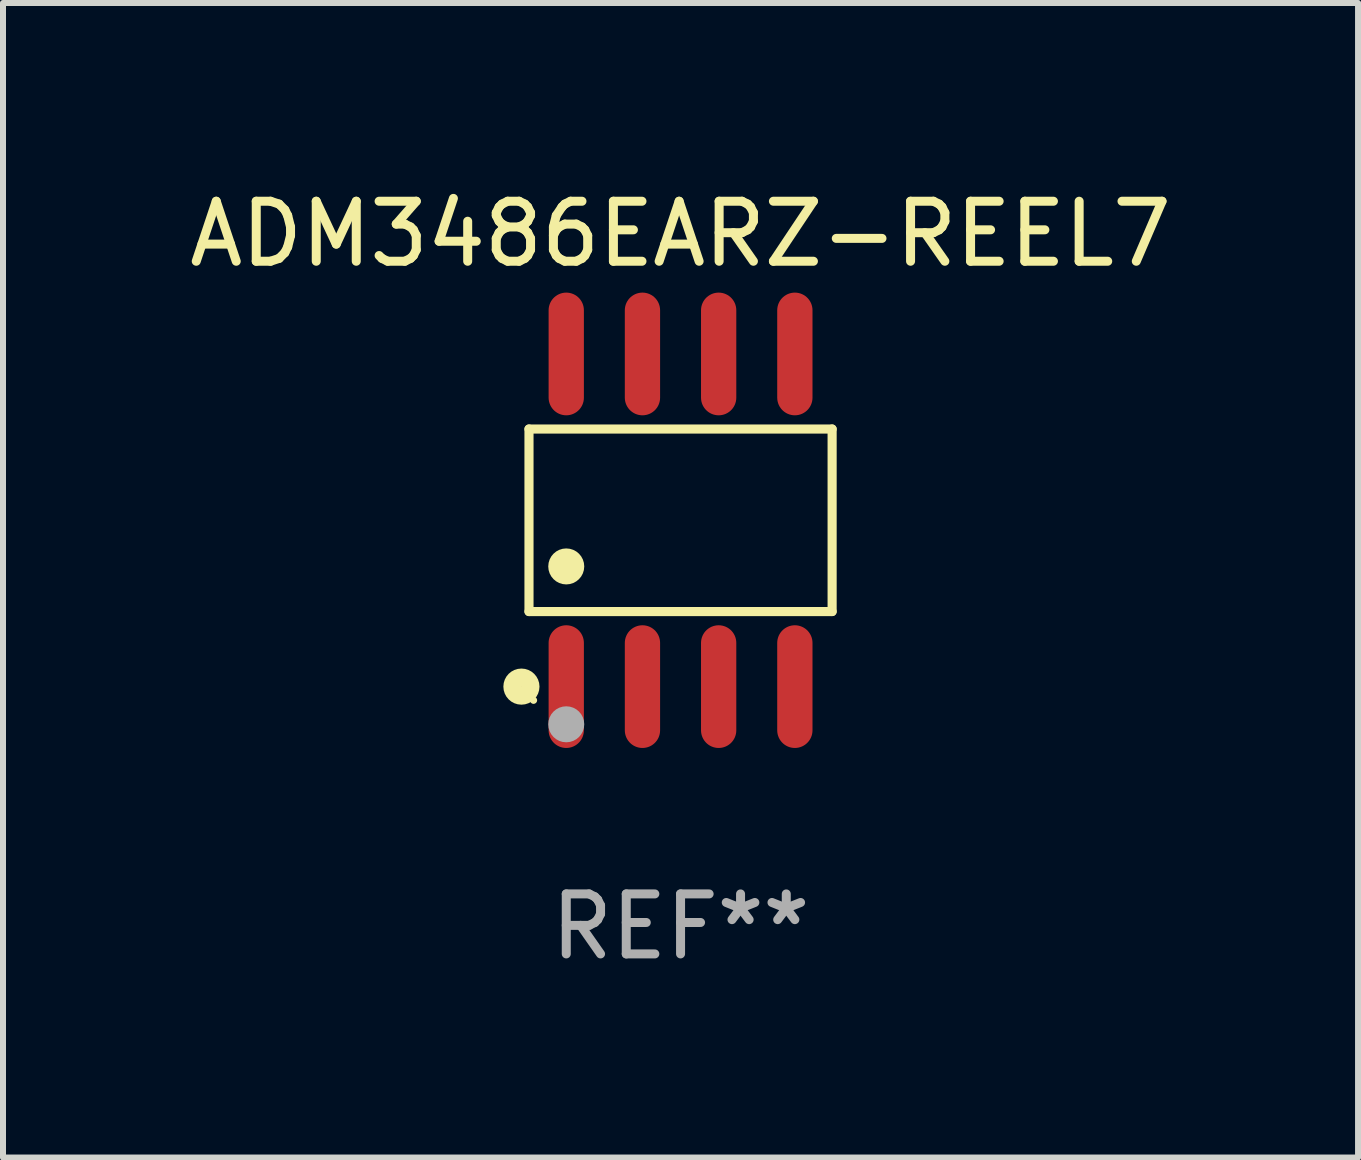
<source format=kicad_pcb>
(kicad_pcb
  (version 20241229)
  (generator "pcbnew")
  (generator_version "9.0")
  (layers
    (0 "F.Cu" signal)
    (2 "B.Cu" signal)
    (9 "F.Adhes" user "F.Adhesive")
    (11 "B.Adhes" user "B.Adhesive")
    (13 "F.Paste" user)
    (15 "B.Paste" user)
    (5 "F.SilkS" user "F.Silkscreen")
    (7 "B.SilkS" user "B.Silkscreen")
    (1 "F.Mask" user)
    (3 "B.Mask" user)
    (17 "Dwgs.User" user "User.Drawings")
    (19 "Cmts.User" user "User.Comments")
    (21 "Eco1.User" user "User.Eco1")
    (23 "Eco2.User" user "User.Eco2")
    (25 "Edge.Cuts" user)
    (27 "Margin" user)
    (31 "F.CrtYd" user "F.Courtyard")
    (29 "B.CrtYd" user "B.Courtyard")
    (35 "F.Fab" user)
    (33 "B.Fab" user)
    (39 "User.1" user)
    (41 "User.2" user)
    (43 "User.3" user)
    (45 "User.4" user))
  (footprint "ADM3486EARZ-REEL7"
    (layer "F.Cu")
    (at 8.292 5.621)
    (property "Reference" "ADM3486EARZ-REEL7" (at 0 -4.772 0) (layer "F.SilkS") (effects (font (size 1 1) (thickness 0.15))))
    (attr through_hole)
    (fp_line (start -2.526 -1.521) (end 2.526 -1.521) (stroke (width 0.152) (type solid)) (layer "F.SilkS"))
    (fp_line (start -2.526 1.521) (end -2.526 -1.521) (stroke (width 0.152) (type solid)) (layer "F.SilkS"))
    (fp_line (start 2.526 -1.521) (end 2.526 1.521) (stroke (width 0.152) (type solid)) (layer "F.SilkS"))
    (fp_line (start 2.526 1.521) (end -2.526 1.521) (stroke (width 0.152) (type solid)) (layer "F.SilkS"))
    (fp_circle (center -2.652 2.772) (end -2.501 2.772) (stroke (width 0.3) (type solid)) (fill no) (layer "F.SilkS"))
    (fp_circle (center -2.45 3) (end -2.42 3) (stroke (width 0.06) (type solid)) (fill no) (layer "F.SilkS"))
    (fp_circle (center -1.905 0.769) (end -1.755 0.769) (stroke (width 0.3) (type solid)) (fill no) (layer "F.SilkS"))
    (fp_circle (center -1.905 3.4) (end -1.755 3.4) (stroke (width 0.3) (type solid)) (fill no) (layer "F.Fab"))
    (fp_text user "REF**" (at 0 6.772 0) (layer "F.Fab") (effects (font (size 1 1) (thickness 0.15))))
    (pad "1" smd oval (at -1.905 2.772) (size 0.588 2.045) (layers "F.Cu" "F.Mask" "F.Paste"))
    (pad "2" smd oval (at -0.635 2.772) (size 0.588 2.045) (layers "F.Cu" "F.Mask" "F.Paste"))
    (pad "3" smd oval (at 0.635 2.772) (size 0.588 2.045) (layers "F.Cu" "F.Mask" "F.Paste"))
    (pad "4" smd oval (at 1.905 2.772) (size 0.588 2.045) (layers "F.Cu" "F.Mask" "F.Paste"))
    (pad "5" smd oval (at 1.905 -2.772) (size 0.588 2.045) (layers "F.Cu" "F.Mask" "F.Paste"))
    (pad "6" smd oval (at 0.635 -2.772) (size 0.588 2.045) (layers "F.Cu" "F.Mask" "F.Paste"))
    (pad "7" smd oval (at -0.635 -2.772) (size 0.588 2.045) (layers "F.Cu" "F.Mask" "F.Paste"))
    (pad "8" smd oval (at -1.905 -2.772) (size 0.588 2.045) (layers "F.Cu" "F.Mask" "F.Paste")))
  (gr_rect
    (start -3 -3)
    (end 19.583 16.241)
    (stroke (width 0.1) (type default))
    (fill no)
    (layer "Edge.Cuts")))
</source>
